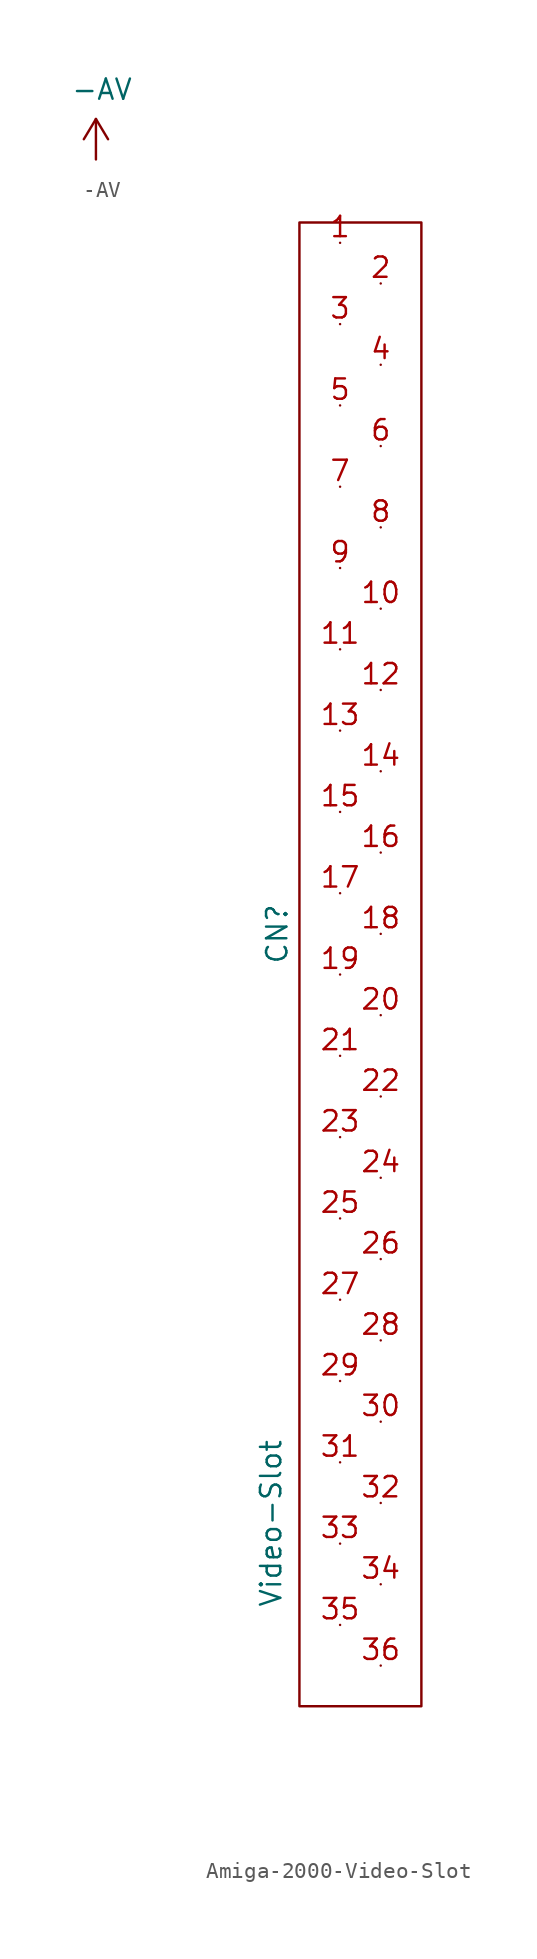
<source format=kicad_sym>
(kicad_symbol_lib
  (version 20231120)
  (generator "kicad_symbol_editor")
  (generator_version "8.0")
  (symbol "-AV"
    (power)
    (pin_names
      (offset 0))
    (property "Reference" "#-AV02"
      (at 0 -3.81 0)
      (effects (font (size 1.27 1.27)) (hide yes)))
    (property "Value" "-AV"
      (at 0.381 4.394 0)
      (effects (font (size 1.27 1.27))))
    (symbol "-AV_0_1"
      (polyline (pts (xy -0.762 1.27) (xy 0 2.54)) (stroke (width 0) (type solid)) (fill (type none)))
      (polyline (pts (xy 0 0) (xy 0 2.54)) (stroke (width 0) (type solid)) (fill (type none)))
      (polyline (pts (xy 0 2.54) (xy 0.762 1.27)) (stroke (width 0) (type solid)) (fill (type none))))
    (symbol "-AV_1_1"
      (pin power_in line (at 0 0 90) (length 0) hide (name "-AV" (effects (font (size 1.27 1.27)))) (number "1" (effects (font (size 1.27 1.27)))))))
  (symbol "Amiga-2000-Video-Slot"
    (pin_names
      (offset 0) hide)
    (property "Reference" "CN"
      (at -3.937 0 90)
      (effects (font (size 1.27 1.27))))
    (property "Value" "Video-Slot"
      (at -4.318 -36.83 90)
      (effects (font (size 1.27 1.27))))
    (symbol "Amiga-2000-Video-Slot_0_1"
      (rectangle (start -2.54 44.45) (end 5.08 -48.26) (stroke (width 0) (type solid)) (fill (type none))))
    (symbol "Amiga-2000-Video-Slot_1_1"
      (pin unspecified line (at 0 43.18 0) (length 0) (name "1" (effects (font (size 1.27 1.27)))) (number "1" (effects (font (size 1.27 1.27)))))
      (pin unspecified line (at 2.54 20.32 0) (length 0) (name "10" (effects (font (size 1.27 1.27)))) (number "10" (effects (font (size 1.27 1.27)))))
      (pin unspecified line (at 0 17.78 0) (length 0) (name "11" (effects (font (size 1.27 1.27)))) (number "11" (effects (font (size 1.27 1.27)))))
      (pin unspecified line (at 2.54 15.24 0) (length 0) (name "12" (effects (font (size 1.27 1.27)))) (number "12" (effects (font (size 1.27 1.27)))))
      (pin unspecified line (at 0 12.7 0) (length 0) (name "13" (effects (font (size 1.27 1.27)))) (number "13" (effects (font (size 1.27 1.27)))))
      (pin unspecified line (at 2.54 10.16 0) (length 0) (name "14" (effects (font (size 1.27 1.27)))) (number "14" (effects (font (size 1.27 1.27)))))
      (pin unspecified line (at 0 7.62 0) (length 0) (name "15" (effects (font (size 1.27 1.27)))) (number "15" (effects (font (size 1.27 1.27)))))
      (pin unspecified line (at 2.54 5.08 0) (length 0) (name "16" (effects (font (size 1.27 1.27)))) (number "16" (effects (font (size 1.27 1.27)))))
      (pin unspecified line (at 0 2.54 0) (length 0) (name "17" (effects (font (size 1.27 1.27)))) (number "17" (effects (font (size 1.27 1.27)))))
      (pin unspecified line (at 2.54 0 0) (length 0) (name "18" (effects (font (size 1.27 1.27)))) (number "18" (effects (font (size 1.27 1.27)))))
      (pin unspecified line (at 0 -2.54 0) (length 0) (name "19" (effects (font (size 1.27 1.27)))) (number "19" (effects (font (size 1.27 1.27)))))
      (pin unspecified line (at 2.54 40.64 0) (length 0) (name "2" (effects (font (size 1.27 1.27)))) (number "2" (effects (font (size 1.27 1.27)))))
      (pin unspecified line (at 2.54 -5.08 0) (length 0) (name "20" (effects (font (size 1.27 1.27)))) (number "20" (effects (font (size 1.27 1.27)))))
      (pin unspecified line (at 0 -7.62 0) (length 0) (name "21" (effects (font (size 1.27 1.27)))) (number "21" (effects (font (size 1.27 1.27)))))
      (pin unspecified line (at 2.54 -10.16 0) (length 0) (name "22" (effects (font (size 1.27 1.27)))) (number "22" (effects (font (size 1.27 1.27)))))
      (pin unspecified line (at 0 -12.7 0) (length 0) (name "23" (effects (font (size 1.27 1.27)))) (number "23" (effects (font (size 1.27 1.27)))))
      (pin unspecified line (at 2.54 -15.24 0) (length 0) (name "24" (effects (font (size 1.27 1.27)))) (number "24" (effects (font (size 1.27 1.27)))))
      (pin unspecified line (at 0 -17.78 0) (length 0) (name "25" (effects (font (size 1.27 1.27)))) (number "25" (effects (font (size 1.27 1.27)))))
      (pin unspecified line (at 2.54 -20.32 0) (length 0) (name "26" (effects (font (size 1.27 1.27)))) (number "26" (effects (font (size 1.27 1.27)))))
      (pin unspecified line (at 0 -22.86 0) (length 0) (name "27" (effects (font (size 1.27 1.27)))) (number "27" (effects (font (size 1.27 1.27)))))
      (pin unspecified line (at 2.54 -25.4 0) (length 0) (name "28" (effects (font (size 1.27 1.27)))) (number "28" (effects (font (size 1.27 1.27)))))
      (pin unspecified line (at 0 -27.94 0) (length 0) (name "29" (effects (font (size 1.27 1.27)))) (number "29" (effects (font (size 1.27 1.27)))))
      (pin unspecified line (at 0 38.1 0) (length 0) (name "3" (effects (font (size 1.27 1.27)))) (number "3" (effects (font (size 1.27 1.27)))))
      (pin unspecified line (at 2.54 -30.48 0) (length 0) (name "30" (effects (font (size 1.27 1.27)))) (number "30" (effects (font (size 1.27 1.27)))))
      (pin unspecified line (at 0 -33.02 0) (length 0) (name "31" (effects (font (size 1.27 1.27)))) (number "31" (effects (font (size 1.27 1.27)))))
      (pin unspecified line (at 2.54 -35.56 0) (length 0) (name "32" (effects (font (size 1.27 1.27)))) (number "32" (effects (font (size 1.27 1.27)))))
      (pin unspecified line (at 0 -38.1 0) (length 0) (name "33" (effects (font (size 1.27 1.27)))) (number "33" (effects (font (size 1.27 1.27)))))
      (pin unspecified line (at 2.54 -40.64 0) (length 0) (name "34" (effects (font (size 1.27 1.27)))) (number "34" (effects (font (size 1.27 1.27)))))
      (pin unspecified line (at 0 -43.18 0) (length 0) (name "35" (effects (font (size 1.27 1.27)))) (number "35" (effects (font (size 1.27 1.27)))))
      (pin unspecified line (at 2.54 -45.72 0) (length 0) (name "36" (effects (font (size 1.27 1.27)))) (number "36" (effects (font (size 1.27 1.27)))))
      (pin unspecified line (at 2.54 35.56 0) (length 0) (name "4" (effects (font (size 1.27 1.27)))) (number "4" (effects (font (size 1.27 1.27)))))
      (pin unspecified line (at 0 33.02 0) (length 0) (name "5" (effects (font (size 1.27 1.27)))) (number "5" (effects (font (size 1.27 1.27)))))
      (pin unspecified line (at 2.54 30.48 0) (length 0) (name "6" (effects (font (size 1.27 1.27)))) (number "6" (effects (font (size 1.27 1.27)))))
      (pin unspecified line (at 0 27.94 0) (length 0) (name "7" (effects (font (size 1.27 1.27)))) (number "7" (effects (font (size 1.27 1.27)))))
      (pin unspecified line (at 2.54 25.4 0) (length 0) (name "8" (effects (font (size 1.27 1.27)))) (number "8" (effects (font (size 1.27 1.27)))))
      (pin unspecified line (at 0 22.86 0) (length 0) (name "9" (effects (font (size 1.27 1.27)))) (number "9" (effects (font (size 1.27 1.27))))))))
</source>
